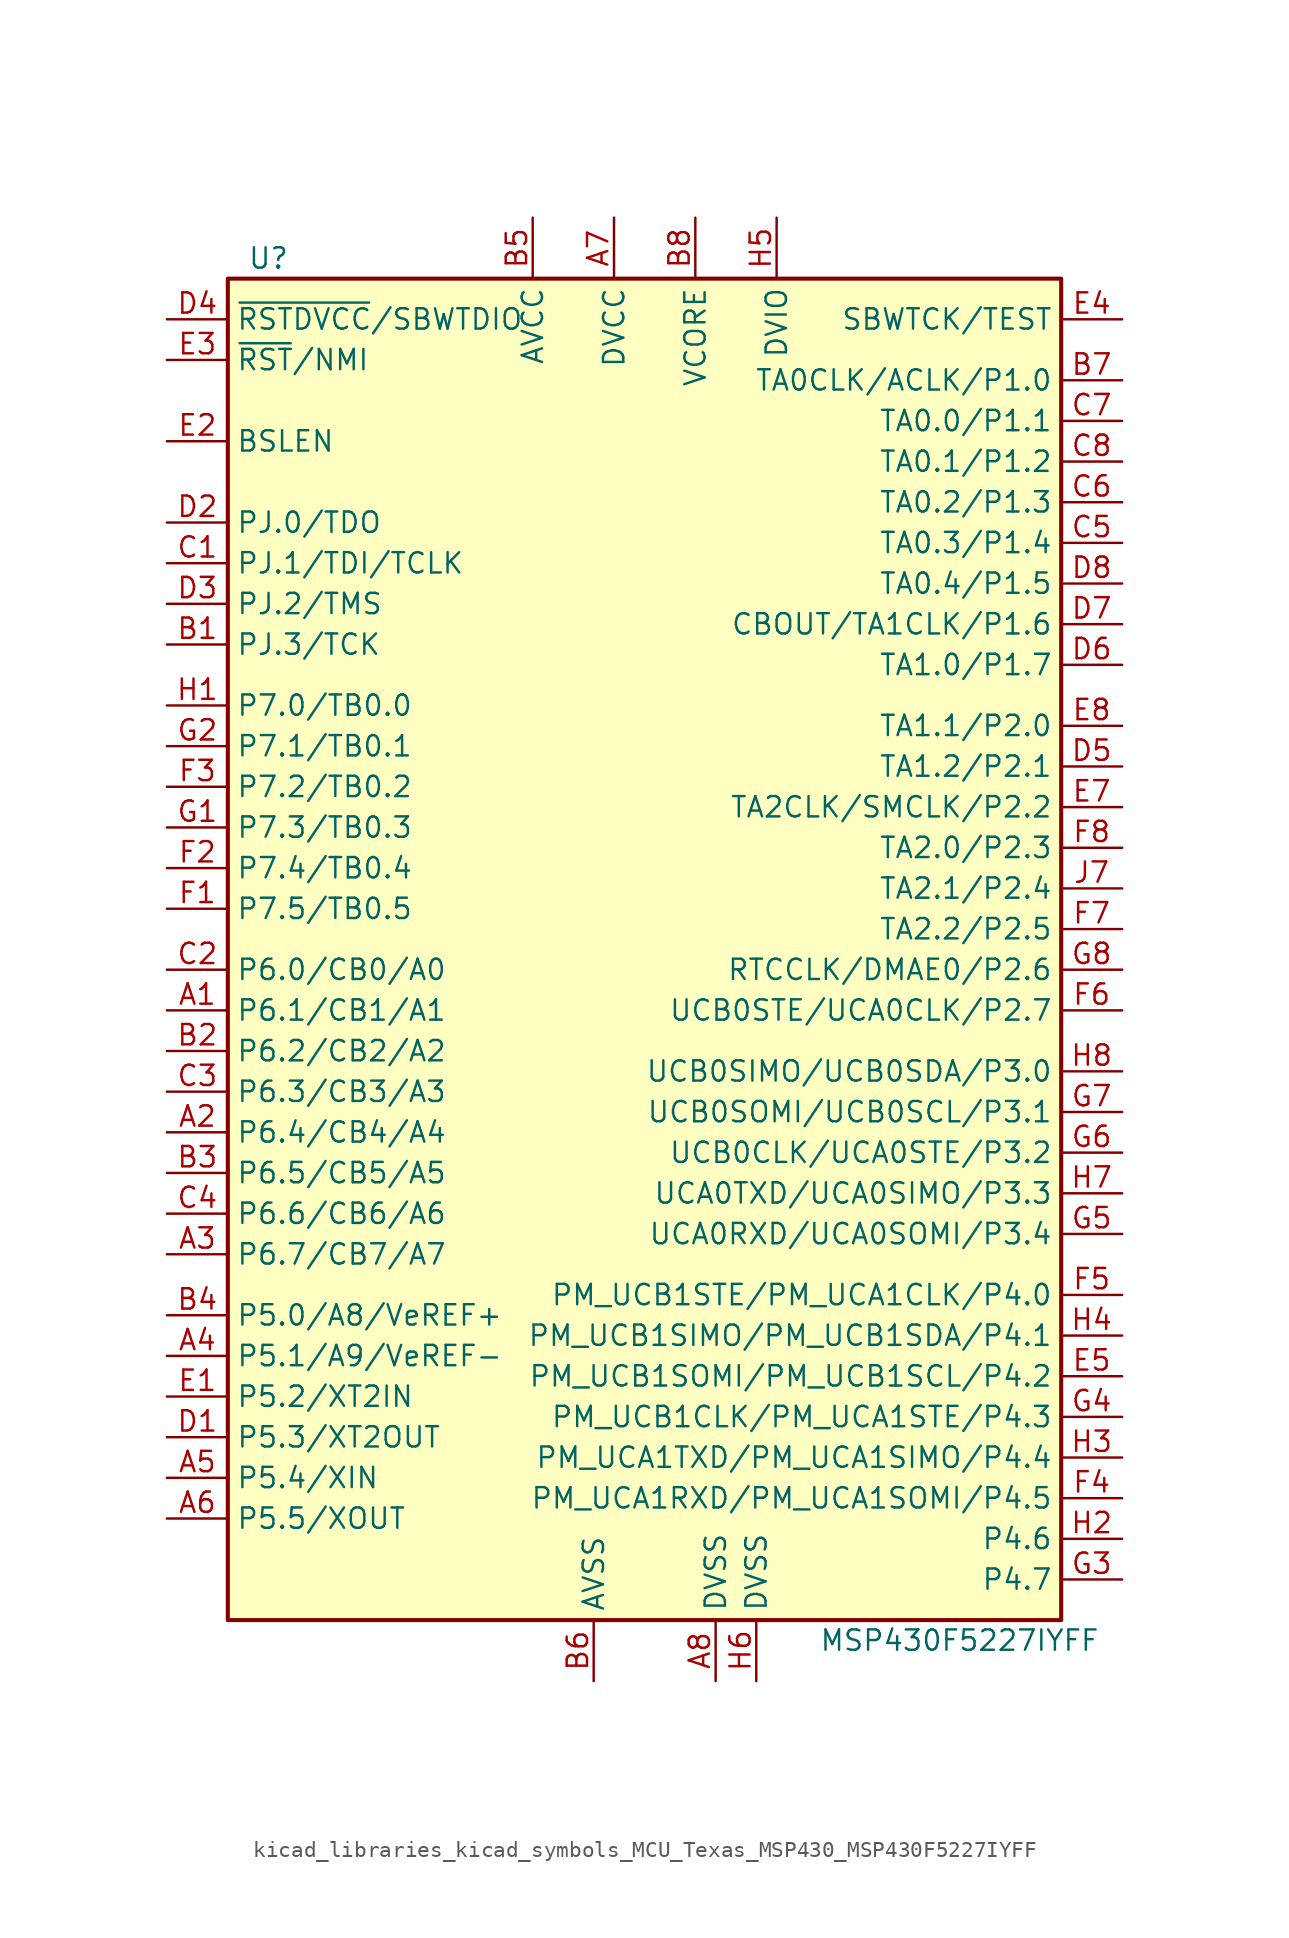
<source format=kicad_sym>
(kicad_symbol_lib
  (version 20220914)
  (generator kicad_symbol_editor)
  (symbol "kicad_libraries_kicad_symbols_MCU_Texas_MSP430_MSP430F5227IYFF"
    (property "Reference" "U"
      (at -24.13 43.18 0)
      (effects (font (size 1.27 1.27))))
    (property "Value" "MSP430F5227IYFF"
      (at 19.05 -43.18 0)
      (effects (font (size 1.27 1.27))))
    (symbol "kicad_libraries_kicad_symbols_MCU_Texas_MSP430_MSP430F5227IYFF_0_1"
      (rectangle (start -26.67 41.91) (end 25.4 -41.91) (stroke (width 0.254) (type default)) (fill (type background))))
    (symbol "kicad_libraries_kicad_symbols_MCU_Texas_MSP430_MSP430F5227IYFF_1_1"
      (pin bidirectional line (at -30.48 -3.81 0) (length 3.81) (name "P6.1/CB1/A1" (effects (font (size 1.27 1.27)))) (number "A1" (effects (font (size 1.27 1.27)))))
      (pin bidirectional line (at -30.48 -11.43 0) (length 3.81) (name "P6.4/CB4/A4" (effects (font (size 1.27 1.27)))) (number "A2" (effects (font (size 1.27 1.27)))))
      (pin bidirectional line (at -30.48 -19.05 0) (length 3.81) (name "P6.7/CB7/A7" (effects (font (size 1.27 1.27)))) (number "A3" (effects (font (size 1.27 1.27)))))
      (pin bidirectional line (at -30.48 -25.4 0) (length 3.81) (name "P5.1/A9/VeREF-" (effects (font (size 1.27 1.27)))) (number "A4" (effects (font (size 1.27 1.27)))))
      (pin bidirectional line (at -30.48 -33.02 0) (length 3.81) (name "P5.4/XIN" (effects (font (size 1.27 1.27)))) (number "A5" (effects (font (size 1.27 1.27)))))
      (pin bidirectional line (at -30.48 -35.56 0) (length 3.81) (name "P5.5/XOUT" (effects (font (size 1.27 1.27)))) (number "A6" (effects (font (size 1.27 1.27)))))
      (pin power_in line (at -2.54 45.72 270) (length 3.81) (name "DVCC" (effects (font (size 1.27 1.27)))) (number "A7" (effects (font (size 1.27 1.27)))))
      (pin power_in line (at 3.81 -45.72 90) (length 3.81) (name "DVSS" (effects (font (size 1.27 1.27)))) (number "A8" (effects (font (size 1.27 1.27)))))
      (pin bidirectional line (at -30.48 19.05 0) (length 3.81) (name "PJ.3/TCK" (effects (font (size 1.27 1.27)))) (number "B1" (effects (font (size 1.27 1.27)))))
      (pin bidirectional line (at -30.48 -6.35 0) (length 3.81) (name "P6.2/CB2/A2" (effects (font (size 1.27 1.27)))) (number "B2" (effects (font (size 1.27 1.27)))))
      (pin bidirectional line (at -30.48 -13.97 0) (length 3.81) (name "P6.5/CB5/A5" (effects (font (size 1.27 1.27)))) (number "B3" (effects (font (size 1.27 1.27)))))
      (pin bidirectional line (at -30.48 -22.86 0) (length 3.81) (name "P5.0/A8/VeREF+" (effects (font (size 1.27 1.27)))) (number "B4" (effects (font (size 1.27 1.27)))))
      (pin power_in line (at -7.62 45.72 270) (length 3.81) (name "AVCC" (effects (font (size 1.27 1.27)))) (number "B5" (effects (font (size 1.27 1.27)))))
      (pin power_in line (at -3.81 -45.72 90) (length 3.81) (name "AVSS" (effects (font (size 1.27 1.27)))) (number "B6" (effects (font (size 1.27 1.27)))))
      (pin bidirectional line (at 29.21 35.56 180) (length 3.81) (name "TA0CLK/ACLK/P1.0" (effects (font (size 1.27 1.27)))) (number "B7" (effects (font (size 1.27 1.27)))))
      (pin power_in line (at 2.54 45.72 270) (length 3.81) (name "VCORE" (effects (font (size 1.27 1.27)))) (number "B8" (effects (font (size 1.27 1.27)))))
      (pin bidirectional line (at -30.48 24.13 0) (length 3.81) (name "PJ.1/TDI/TCLK" (effects (font (size 1.27 1.27)))) (number "C1" (effects (font (size 1.27 1.27)))))
      (pin bidirectional line (at -30.48 -1.27 0) (length 3.81) (name "P6.0/CB0/A0" (effects (font (size 1.27 1.27)))) (number "C2" (effects (font (size 1.27 1.27)))))
      (pin bidirectional line (at -30.48 -8.89 0) (length 3.81) (name "P6.3/CB3/A3" (effects (font (size 1.27 1.27)))) (number "C3" (effects (font (size 1.27 1.27)))))
      (pin bidirectional line (at -30.48 -16.51 0) (length 3.81) (name "P6.6/CB6/A6" (effects (font (size 1.27 1.27)))) (number "C4" (effects (font (size 1.27 1.27)))))
      (pin bidirectional line (at 29.21 25.4 180) (length 3.81) (name "TA0.3/P1.4" (effects (font (size 1.27 1.27)))) (number "C5" (effects (font (size 1.27 1.27)))))
      (pin bidirectional line (at 29.21 27.94 180) (length 3.81) (name "TA0.2/P1.3" (effects (font (size 1.27 1.27)))) (number "C6" (effects (font (size 1.27 1.27)))))
      (pin bidirectional line (at 29.21 33.02 180) (length 3.81) (name "TA0.0/P1.1" (effects (font (size 1.27 1.27)))) (number "C7" (effects (font (size 1.27 1.27)))))
      (pin bidirectional line (at 29.21 30.48 180) (length 3.81) (name "TA0.1/P1.2" (effects (font (size 1.27 1.27)))) (number "C8" (effects (font (size 1.27 1.27)))))
      (pin bidirectional line (at -30.48 -30.48 0) (length 3.81) (name "P5.3/XT2OUT" (effects (font (size 1.27 1.27)))) (number "D1" (effects (font (size 1.27 1.27)))))
      (pin bidirectional line (at -30.48 26.67 0) (length 3.81) (name "PJ.0/TDO" (effects (font (size 1.27 1.27)))) (number "D2" (effects (font (size 1.27 1.27)))))
      (pin bidirectional line (at -30.48 21.59 0) (length 3.81) (name "PJ.2/TMS" (effects (font (size 1.27 1.27)))) (number "D3" (effects (font (size 1.27 1.27)))))
      (pin bidirectional line (at -30.48 39.37 0) (length 3.81) (name "~{RSTDVCC}/SBWTDIO" (effects (font (size 1.27 1.27)))) (number "D4" (effects (font (size 1.27 1.27)))))
      (pin bidirectional line (at 29.21 11.43 180) (length 3.81) (name "TA1.2/P2.1" (effects (font (size 1.27 1.27)))) (number "D5" (effects (font (size 1.27 1.27)))))
      (pin bidirectional line (at 29.21 17.78 180) (length 3.81) (name "TA1.0/P1.7" (effects (font (size 1.27 1.27)))) (number "D6" (effects (font (size 1.27 1.27)))))
      (pin bidirectional line (at 29.21 20.32 180) (length 3.81) (name "CBOUT/TA1CLK/P1.6" (effects (font (size 1.27 1.27)))) (number "D7" (effects (font (size 1.27 1.27)))))
      (pin bidirectional line (at 29.21 22.86 180) (length 3.81) (name "TA0.4/P1.5" (effects (font (size 1.27 1.27)))) (number "D8" (effects (font (size 1.27 1.27)))))
      (pin bidirectional line (at -30.48 -27.94 0) (length 3.81) (name "P5.2/XT2IN" (effects (font (size 1.27 1.27)))) (number "E1" (effects (font (size 1.27 1.27)))))
      (pin bidirectional line (at -30.48 31.75 0) (length 3.81) (name "BSLEN" (effects (font (size 1.27 1.27)))) (number "E2" (effects (font (size 1.27 1.27)))))
      (pin input line (at -30.48 36.83 0) (length 3.81) (name "~{RST}/NMI" (effects (font (size 1.27 1.27)))) (number "E3" (effects (font (size 1.27 1.27)))))
      (pin input line (at 29.21 39.37 180) (length 3.81) (name "SBWTCK/TEST" (effects (font (size 1.27 1.27)))) (number "E4" (effects (font (size 1.27 1.27)))))
      (pin bidirectional line (at 29.21 -26.67 180) (length 3.81) (name "PM_UCB1SOMI/PM_UCB1SCL/P4.2" (effects (font (size 1.27 1.27)))) (number "E5" (effects (font (size 1.27 1.27)))))
      (pin bidirectional line (at 29.21 8.89 180) (length 3.81) (name "TA2CLK/SMCLK/P2.2" (effects (font (size 1.27 1.27)))) (number "E7" (effects (font (size 1.27 1.27)))))
      (pin bidirectional line (at 29.21 13.97 180) (length 3.81) (name "TA1.1/P2.0" (effects (font (size 1.27 1.27)))) (number "E8" (effects (font (size 1.27 1.27)))))
      (pin bidirectional line (at -30.48 2.54 0) (length 3.81) (name "P7.5/TB0.5" (effects (font (size 1.27 1.27)))) (number "F1" (effects (font (size 1.27 1.27)))))
      (pin bidirectional line (at -30.48 5.08 0) (length 3.81) (name "P7.4/TB0.4" (effects (font (size 1.27 1.27)))) (number "F2" (effects (font (size 1.27 1.27)))))
      (pin bidirectional line (at -30.48 10.16 0) (length 3.81) (name "P7.2/TB0.2" (effects (font (size 1.27 1.27)))) (number "F3" (effects (font (size 1.27 1.27)))))
      (pin bidirectional line (at 29.21 -34.29 180) (length 3.81) (name "PM_UCA1RXD/PM_UCA1SOMI/P4.5" (effects (font (size 1.27 1.27)))) (number "F4" (effects (font (size 1.27 1.27)))))
      (pin bidirectional line (at 29.21 -21.59 180) (length 3.81) (name "PM_UCB1STE/PM_UCA1CLK/P4.0" (effects (font (size 1.27 1.27)))) (number "F5" (effects (font (size 1.27 1.27)))))
      (pin bidirectional line (at 29.21 -3.81 180) (length 3.81) (name "UCB0STE/UCA0CLK/P2.7" (effects (font (size 1.27 1.27)))) (number "F6" (effects (font (size 1.27 1.27)))))
      (pin bidirectional line (at 29.21 1.27 180) (length 3.81) (name "TA2.2/P2.5" (effects (font (size 1.27 1.27)))) (number "F7" (effects (font (size 1.27 1.27)))))
      (pin bidirectional line (at 29.21 6.35 180) (length 3.81) (name "TA2.0/P2.3" (effects (font (size 1.27 1.27)))) (number "F8" (effects (font (size 1.27 1.27)))))
      (pin bidirectional line (at -30.48 7.62 0) (length 3.81) (name "P7.3/TB0.3" (effects (font (size 1.27 1.27)))) (number "G1" (effects (font (size 1.27 1.27)))))
      (pin bidirectional line (at -30.48 12.7 0) (length 3.81) (name "P7.1/TB0.1" (effects (font (size 1.27 1.27)))) (number "G2" (effects (font (size 1.27 1.27)))))
      (pin bidirectional line (at 29.21 -39.37 180) (length 3.81) (name "P4.7" (effects (font (size 1.27 1.27)))) (number "G3" (effects (font (size 1.27 1.27)))))
      (pin bidirectional line (at 29.21 -29.21 180) (length 3.81) (name "PM_UCB1CLK/PM_UCA1STE/P4.3" (effects (font (size 1.27 1.27)))) (number "G4" (effects (font (size 1.27 1.27)))))
      (pin bidirectional line (at 29.21 -17.78 180) (length 3.81) (name "UCA0RXD/UCA0SOMI/P3.4" (effects (font (size 1.27 1.27)))) (number "G5" (effects (font (size 1.27 1.27)))))
      (pin bidirectional line (at 29.21 -12.7 180) (length 3.81) (name "UCB0CLK/UCA0STE/P3.2" (effects (font (size 1.27 1.27)))) (number "G6" (effects (font (size 1.27 1.27)))))
      (pin bidirectional line (at 29.21 -10.16 180) (length 3.81) (name "UCB0SOMI/UCB0SCL/P3.1" (effects (font (size 1.27 1.27)))) (number "G7" (effects (font (size 1.27 1.27)))))
      (pin bidirectional line (at 29.21 -1.27 180) (length 3.81) (name "RTCCLK/DMAE0/P2.6" (effects (font (size 1.27 1.27)))) (number "G8" (effects (font (size 1.27 1.27)))))
      (pin bidirectional line (at -30.48 15.24 0) (length 3.81) (name "P7.0/TB0.0" (effects (font (size 1.27 1.27)))) (number "H1" (effects (font (size 1.27 1.27)))))
      (pin bidirectional line (at 29.21 -36.83 180) (length 3.81) (name "P4.6" (effects (font (size 1.27 1.27)))) (number "H2" (effects (font (size 1.27 1.27)))))
      (pin bidirectional line (at 29.21 -31.75 180) (length 3.81) (name "PM_UCA1TXD/PM_UCA1SIMO/P4.4" (effects (font (size 1.27 1.27)))) (number "H3" (effects (font (size 1.27 1.27)))))
      (pin bidirectional line (at 29.21 -24.13 180) (length 3.81) (name "PM_UCB1SIMO/PM_UCB1SDA/P4.1" (effects (font (size 1.27 1.27)))) (number "H4" (effects (font (size 1.27 1.27)))))
      (pin power_in line (at 7.62 45.72 270) (length 3.81) (name "DVIO" (effects (font (size 1.27 1.27)))) (number "H5" (effects (font (size 1.27 1.27)))))
      (pin power_in line (at 6.35 -45.72 90) (length 3.81) (name "DVSS" (effects (font (size 1.27 1.27)))) (number "H6" (effects (font (size 1.27 1.27)))))
      (pin bidirectional line (at 29.21 -15.24 180) (length 3.81) (name "UCA0TXD/UCA0SIMO/P3.3" (effects (font (size 1.27 1.27)))) (number "H7" (effects (font (size 1.27 1.27)))))
      (pin bidirectional line (at 29.21 -7.62 180) (length 3.81) (name "UCB0SIMO/UCB0SDA/P3.0" (effects (font (size 1.27 1.27)))) (number "H8" (effects (font (size 1.27 1.27)))))
      (pin bidirectional line (at 29.21 3.81 180) (length 3.81) (name "TA2.1/P2.4" (effects (font (size 1.27 1.27)))) (number "J7" (effects (font (size 1.27 1.27))))))))
</source>
